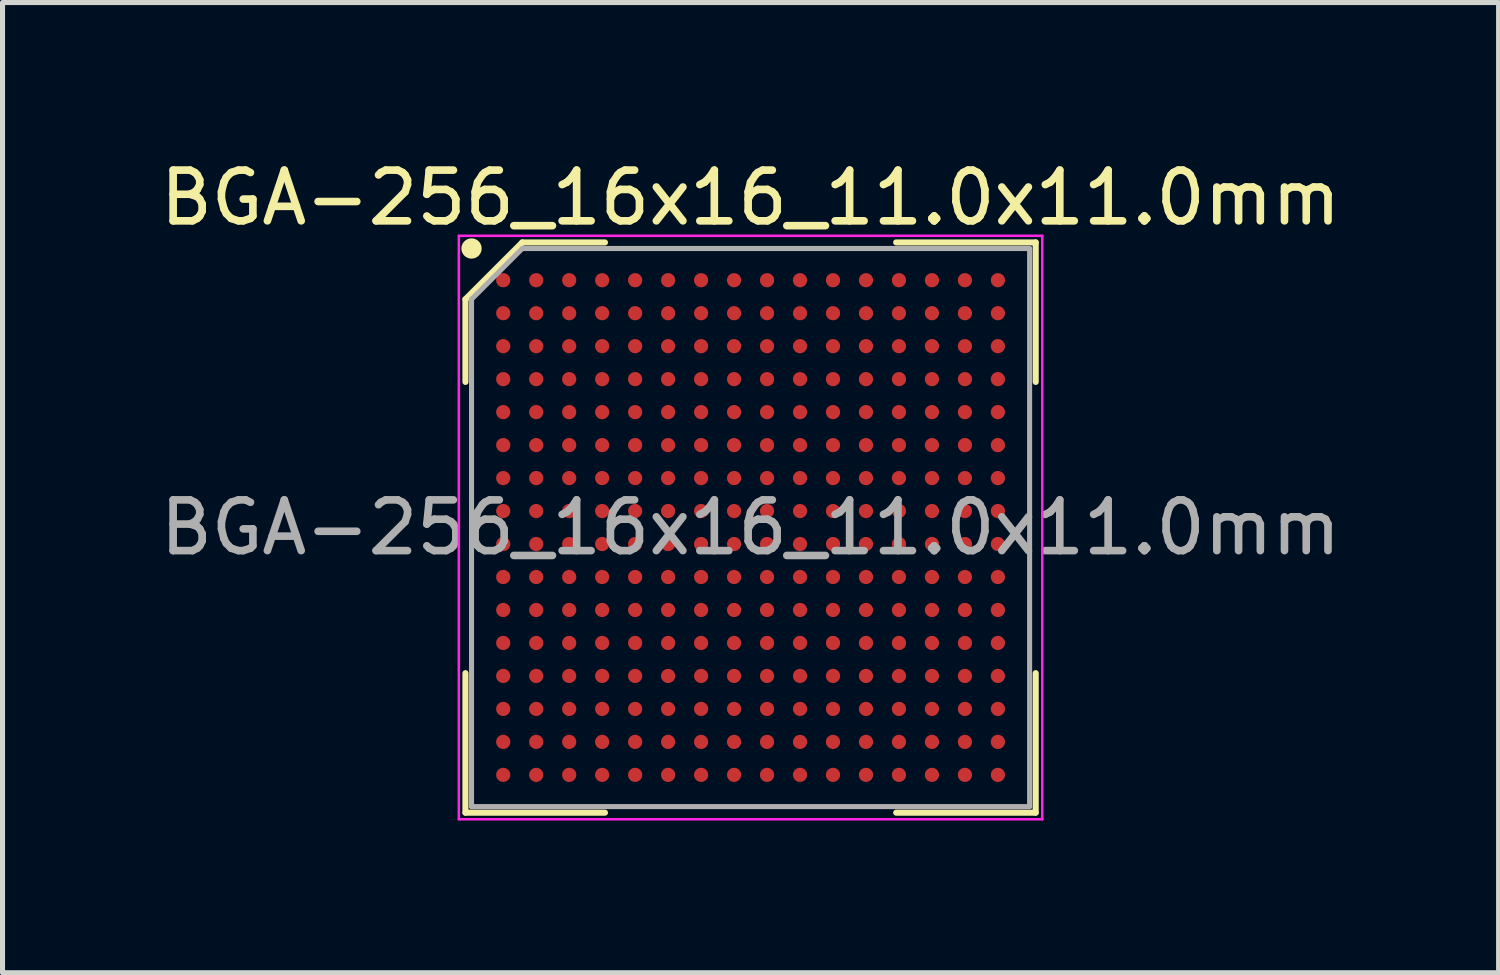
<source format=kicad_pcb>
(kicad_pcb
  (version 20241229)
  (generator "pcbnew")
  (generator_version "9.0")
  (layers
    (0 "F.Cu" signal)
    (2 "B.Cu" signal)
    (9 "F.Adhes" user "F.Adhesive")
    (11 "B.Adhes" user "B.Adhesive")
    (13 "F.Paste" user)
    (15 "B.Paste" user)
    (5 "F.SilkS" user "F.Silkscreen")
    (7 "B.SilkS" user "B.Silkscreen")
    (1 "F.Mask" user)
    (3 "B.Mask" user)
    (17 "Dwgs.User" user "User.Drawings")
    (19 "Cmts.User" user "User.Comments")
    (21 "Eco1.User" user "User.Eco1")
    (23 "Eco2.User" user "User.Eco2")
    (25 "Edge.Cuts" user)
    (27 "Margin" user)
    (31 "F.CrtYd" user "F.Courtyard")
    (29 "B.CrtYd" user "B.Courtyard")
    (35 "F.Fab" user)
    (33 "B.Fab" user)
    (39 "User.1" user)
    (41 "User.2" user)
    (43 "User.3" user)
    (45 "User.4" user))
  (footprint "BGA-256_16x16_11.0x11.0mm"
    (layer "F.Cu")
    (at 11.744 7.348)
    (property "Reference" "BGA-256_16x16_11.0x11.0mm" (at 0 -6.5 0) (layer "F.SilkS") (effects (font (size 1 1) (thickness 0.15))))
    (attr smd)
    (fp_line (start -5.62 -4.5) (end -5.62 -2.87) (stroke (width 0.12) (type default)) (layer "F.SilkS"))
    (fp_line (start -5.62 5.62) (end -5.62 2.87) (stroke (width 0.12) (type default)) (layer "F.SilkS"))
    (fp_line (start -4.5 -5.62) (end -5.62 -4.5) (stroke (width 0.12) (type default)) (layer "F.SilkS"))
    (fp_line (start -2.87 -5.62) (end -4.5 -5.62) (stroke (width 0.12) (type default)) (layer "F.SilkS"))
    (fp_line (start -2.87 5.62) (end -5.62 5.62) (stroke (width 0.12) (type default)) (layer "F.SilkS"))
    (fp_line (start 2.87 -5.62) (end 5.62 -5.62) (stroke (width 0.12) (type default)) (layer "F.SilkS"))
    (fp_line (start 2.87 5.62) (end 5.62 5.62) (stroke (width 0.12) (type default)) (layer "F.SilkS"))
    (fp_line (start 5.62 -5.62) (end 5.62 -2.87) (stroke (width 0.12) (type default)) (layer "F.SilkS"))
    (fp_line (start 5.62 5.62) (end 5.62 2.87) (stroke (width 0.12) (type default)) (layer "F.SilkS"))
    (fp_circle (center -5.5 -5.5) (end -5.5 -5.4) (stroke (width 0.2) (type default)) (fill no) (layer "F.SilkS"))
    (fp_line (start -5.75 -5.75) (end 5.75 -5.75) (stroke (width 0.05) (type default)) (layer "F.CrtYd"))
    (fp_line (start -5.75 5.75) (end -5.75 -5.75) (stroke (width 0.05) (type default)) (layer "F.CrtYd"))
    (fp_line (start 5.75 -5.75) (end 5.75 5.75) (stroke (width 0.05) (type default)) (layer "F.CrtYd"))
    (fp_line (start 5.75 5.75) (end -5.75 5.75) (stroke (width 0.05) (type default)) (layer "F.CrtYd"))
    (fp_line (start -5.5 -4.5) (end -5.5 5.5) (stroke (width 0.1) (type default)) (layer "F.Fab"))
    (fp_line (start -5.5 5.5) (end 5.5 5.5) (stroke (width 0.1) (type default)) (layer "F.Fab"))
    (fp_line (start -4.5 -5.5) (end -5.5 -4.5) (stroke (width 0.1) (type default)) (layer "F.Fab"))
    (fp_line (start 5.5 -5.5) (end -4.5 -5.5) (stroke (width 0.1) (type default)) (layer "F.Fab"))
    (fp_line (start 5.5 5.5) (end 5.5 -5.5) (stroke (width 0.1) (type default)) (layer "F.Fab"))
    (fp_text user "${REFERENCE}" (at 0 0 0) (layer "F.Fab") (effects (font (size 1 1) (thickness 0.15))))
    (pad "A1" smd circle (at -4.875 -4.875) (size 0.28 0.28) (layers "F.Cu" "F.Mask" "F.Paste"))
    (pad "A2" smd circle (at -4.225 -4.875) (size 0.28 0.28) (layers "F.Cu" "F.Mask" "F.Paste"))
    (pad "A3" smd circle (at -3.575 -4.875) (size 0.28 0.28) (layers "F.Cu" "F.Mask" "F.Paste"))
    (pad "A4" smd circle (at -2.925 -4.875) (size 0.28 0.28) (layers "F.Cu" "F.Mask" "F.Paste"))
    (pad "A5" smd circle (at -2.275 -4.875) (size 0.28 0.28) (layers "F.Cu" "F.Mask" "F.Paste"))
    (pad "A6" smd circle (at -1.625 -4.875) (size 0.28 0.28) (layers "F.Cu" "F.Mask" "F.Paste"))
    (pad "A7" smd circle (at -0.975 -4.875) (size 0.28 0.28) (layers "F.Cu" "F.Mask" "F.Paste"))
    (pad "A8" smd circle (at -0.325 -4.875) (size 0.28 0.28) (layers "F.Cu" "F.Mask" "F.Paste"))
    (pad "A9" smd circle (at 0.325 -4.875) (size 0.28 0.28) (layers "F.Cu" "F.Mask" "F.Paste"))
    (pad "A10" smd circle (at 0.975 -4.875) (size 0.28 0.28) (layers "F.Cu" "F.Mask" "F.Paste"))
    (pad "A11" smd circle (at 1.625 -4.875) (size 0.28 0.28) (layers "F.Cu" "F.Mask" "F.Paste"))
    (pad "A12" smd circle (at 2.275 -4.875) (size 0.28 0.28) (layers "F.Cu" "F.Mask" "F.Paste"))
    (pad "A13" smd circle (at 2.925 -4.875) (size 0.28 0.28) (layers "F.Cu" "F.Mask" "F.Paste"))
    (pad "A14" smd circle (at 3.575 -4.875) (size 0.28 0.28) (layers "F.Cu" "F.Mask" "F.Paste"))
    (pad "A15" smd circle (at 4.225 -4.875) (size 0.28 0.28) (layers "F.Cu" "F.Mask" "F.Paste"))
    (pad "A16" smd circle (at 4.875 -4.875) (size 0.28 0.28) (layers "F.Cu" "F.Mask" "F.Paste"))
    (pad "B1" smd circle (at -4.875 -4.225) (size 0.28 0.28) (layers "F.Cu" "F.Mask" "F.Paste"))
    (pad "B2" smd circle (at -4.225 -4.225) (size 0.28 0.28) (layers "F.Cu" "F.Mask" "F.Paste"))
    (pad "B3" smd circle (at -3.575 -4.225) (size 0.28 0.28) (layers "F.Cu" "F.Mask" "F.Paste"))
    (pad "B4" smd circle (at -2.925 -4.225) (size 0.28 0.28) (layers "F.Cu" "F.Mask" "F.Paste"))
    (pad "B5" smd circle (at -2.275 -4.225) (size 0.28 0.28) (layers "F.Cu" "F.Mask" "F.Paste"))
    (pad "B6" smd circle (at -1.625 -4.225) (size 0.28 0.28) (layers "F.Cu" "F.Mask" "F.Paste"))
    (pad "B7" smd circle (at -0.975 -4.225) (size 0.28 0.28) (layers "F.Cu" "F.Mask" "F.Paste"))
    (pad "B8" smd circle (at -0.325 -4.225) (size 0.28 0.28) (layers "F.Cu" "F.Mask" "F.Paste"))
    (pad "B9" smd circle (at 0.325 -4.225) (size 0.28 0.28) (layers "F.Cu" "F.Mask" "F.Paste"))
    (pad "B10" smd circle (at 0.975 -4.225) (size 0.28 0.28) (layers "F.Cu" "F.Mask" "F.Paste"))
    (pad "B11" smd circle (at 1.625 -4.225) (size 0.28 0.28) (layers "F.Cu" "F.Mask" "F.Paste"))
    (pad "B12" smd circle (at 2.275 -4.225) (size 0.28 0.28) (layers "F.Cu" "F.Mask" "F.Paste"))
    (pad "B13" smd circle (at 2.925 -4.225) (size 0.28 0.28) (layers "F.Cu" "F.Mask" "F.Paste"))
    (pad "B14" smd circle (at 3.575 -4.225) (size 0.28 0.28) (layers "F.Cu" "F.Mask" "F.Paste"))
    (pad "B15" smd circle (at 4.225 -4.225) (size 0.28 0.28) (layers "F.Cu" "F.Mask" "F.Paste"))
    (pad "B16" smd circle (at 4.875 -4.225) (size 0.28 0.28) (layers "F.Cu" "F.Mask" "F.Paste"))
    (pad "C1" smd circle (at -4.875 -3.575) (size 0.28 0.28) (layers "F.Cu" "F.Mask" "F.Paste"))
    (pad "C2" smd circle (at -4.225 -3.575) (size 0.28 0.28) (layers "F.Cu" "F.Mask" "F.Paste"))
    (pad "C3" smd circle (at -3.575 -3.575) (size 0.28 0.28) (layers "F.Cu" "F.Mask" "F.Paste"))
    (pad "C4" smd circle (at -2.925 -3.575) (size 0.28 0.28) (layers "F.Cu" "F.Mask" "F.Paste"))
    (pad "C5" smd circle (at -2.275 -3.575) (size 0.28 0.28) (layers "F.Cu" "F.Mask" "F.Paste"))
    (pad "C6" smd circle (at -1.625 -3.575) (size 0.28 0.28) (layers "F.Cu" "F.Mask" "F.Paste"))
    (pad "C7" smd circle (at -0.975 -3.575) (size 0.28 0.28) (layers "F.Cu" "F.Mask" "F.Paste"))
    (pad "C8" smd circle (at -0.325 -3.575) (size 0.28 0.28) (layers "F.Cu" "F.Mask" "F.Paste"))
    (pad "C9" smd circle (at 0.325 -3.575) (size 0.28 0.28) (layers "F.Cu" "F.Mask" "F.Paste"))
    (pad "C10" smd circle (at 0.975 -3.575) (size 0.28 0.28) (layers "F.Cu" "F.Mask" "F.Paste"))
    (pad "C11" smd circle (at 1.625 -3.575) (size 0.28 0.28) (layers "F.Cu" "F.Mask" "F.Paste"))
    (pad "C12" smd circle (at 2.275 -3.575) (size 0.28 0.28) (layers "F.Cu" "F.Mask" "F.Paste"))
    (pad "C13" smd circle (at 2.925 -3.575) (size 0.28 0.28) (layers "F.Cu" "F.Mask" "F.Paste"))
    (pad "C14" smd circle (at 3.575 -3.575) (size 0.28 0.28) (layers "F.Cu" "F.Mask" "F.Paste"))
    (pad "C15" smd circle (at 4.225 -3.575) (size 0.28 0.28) (layers "F.Cu" "F.Mask" "F.Paste"))
    (pad "C16" smd circle (at 4.875 -3.575) (size 0.28 0.28) (layers "F.Cu" "F.Mask" "F.Paste"))
    (pad "D1" smd circle (at -4.875 -2.925) (size 0.28 0.28) (layers "F.Cu" "F.Mask" "F.Paste"))
    (pad "D2" smd circle (at -4.225 -2.925) (size 0.28 0.28) (layers "F.Cu" "F.Mask" "F.Paste"))
    (pad "D3" smd circle (at -3.575 -2.925) (size 0.28 0.28) (layers "F.Cu" "F.Mask" "F.Paste"))
    (pad "D4" smd circle (at -2.925 -2.925) (size 0.28 0.28) (layers "F.Cu" "F.Mask" "F.Paste"))
    (pad "D5" smd circle (at -2.275 -2.925) (size 0.28 0.28) (layers "F.Cu" "F.Mask" "F.Paste"))
    (pad "D6" smd circle (at -1.625 -2.925) (size 0.28 0.28) (layers "F.Cu" "F.Mask" "F.Paste"))
    (pad "D7" smd circle (at -0.975 -2.925) (size 0.28 0.28) (layers "F.Cu" "F.Mask" "F.Paste"))
    (pad "D8" smd circle (at -0.325 -2.925) (size 0.28 0.28) (layers "F.Cu" "F.Mask" "F.Paste"))
    (pad "D9" smd circle (at 0.325 -2.925) (size 0.28 0.28) (layers "F.Cu" "F.Mask" "F.Paste"))
    (pad "D10" smd circle (at 0.975 -2.925) (size 0.28 0.28) (layers "F.Cu" "F.Mask" "F.Paste"))
    (pad "D11" smd circle (at 1.625 -2.925) (size 0.28 0.28) (layers "F.Cu" "F.Mask" "F.Paste"))
    (pad "D12" smd circle (at 2.275 -2.925) (size 0.28 0.28) (layers "F.Cu" "F.Mask" "F.Paste"))
    (pad "D13" smd circle (at 2.925 -2.925) (size 0.28 0.28) (layers "F.Cu" "F.Mask" "F.Paste"))
    (pad "D14" smd circle (at 3.575 -2.925) (size 0.28 0.28) (layers "F.Cu" "F.Mask" "F.Paste"))
    (pad "D15" smd circle (at 4.225 -2.925) (size 0.28 0.28) (layers "F.Cu" "F.Mask" "F.Paste"))
    (pad "D16" smd circle (at 4.875 -2.925) (size 0.28 0.28) (layers "F.Cu" "F.Mask" "F.Paste"))
    (pad "E1" smd circle (at -4.875 -2.275) (size 0.28 0.28) (layers "F.Cu" "F.Mask" "F.Paste"))
    (pad "E2" smd circle (at -4.225 -2.275) (size 0.28 0.28) (layers "F.Cu" "F.Mask" "F.Paste"))
    (pad "E3" smd circle (at -3.575 -2.275) (size 0.28 0.28) (layers "F.Cu" "F.Mask" "F.Paste"))
    (pad "E4" smd circle (at -2.925 -2.275) (size 0.28 0.28) (layers "F.Cu" "F.Mask" "F.Paste"))
    (pad "E5" smd circle (at -2.275 -2.275) (size 0.28 0.28) (layers "F.Cu" "F.Mask" "F.Paste"))
    (pad "E6" smd circle (at -1.625 -2.275) (size 0.28 0.28) (layers "F.Cu" "F.Mask" "F.Paste"))
    (pad "E7" smd circle (at -0.975 -2.275) (size 0.28 0.28) (layers "F.Cu" "F.Mask" "F.Paste"))
    (pad "E8" smd circle (at -0.325 -2.275) (size 0.28 0.28) (layers "F.Cu" "F.Mask" "F.Paste"))
    (pad "E9" smd circle (at 0.325 -2.275) (size 0.28 0.28) (layers "F.Cu" "F.Mask" "F.Paste"))
    (pad "E10" smd circle (at 0.975 -2.275) (size 0.28 0.28) (layers "F.Cu" "F.Mask" "F.Paste"))
    (pad "E11" smd circle (at 1.625 -2.275) (size 0.28 0.28) (layers "F.Cu" "F.Mask" "F.Paste"))
    (pad "E12" smd circle (at 2.275 -2.275) (size 0.28 0.28) (layers "F.Cu" "F.Mask" "F.Paste"))
    (pad "E13" smd circle (at 2.925 -2.275) (size 0.28 0.28) (layers "F.Cu" "F.Mask" "F.Paste"))
    (pad "E14" smd circle (at 3.575 -2.275) (size 0.28 0.28) (layers "F.Cu" "F.Mask" "F.Paste"))
    (pad "E15" smd circle (at 4.225 -2.275) (size 0.28 0.28) (layers "F.Cu" "F.Mask" "F.Paste"))
    (pad "E16" smd circle (at 4.875 -2.275) (size 0.28 0.28) (layers "F.Cu" "F.Mask" "F.Paste"))
    (pad "F1" smd circle (at -4.875 -1.625) (size 0.28 0.28) (layers "F.Cu" "F.Mask" "F.Paste"))
    (pad "F2" smd circle (at -4.225 -1.625) (size 0.28 0.28) (layers "F.Cu" "F.Mask" "F.Paste"))
    (pad "F3" smd circle (at -3.575 -1.625) (size 0.28 0.28) (layers "F.Cu" "F.Mask" "F.Paste"))
    (pad "F4" smd circle (at -2.925 -1.625) (size 0.28 0.28) (layers "F.Cu" "F.Mask" "F.Paste"))
    (pad "F5" smd circle (at -2.275 -1.625) (size 0.28 0.28) (layers "F.Cu" "F.Mask" "F.Paste"))
    (pad "F6" smd circle (at -1.625 -1.625) (size 0.28 0.28) (layers "F.Cu" "F.Mask" "F.Paste"))
    (pad "F7" smd circle (at -0.975 -1.625) (size 0.28 0.28) (layers "F.Cu" "F.Mask" "F.Paste"))
    (pad "F8" smd circle (at -0.325 -1.625) (size 0.28 0.28) (layers "F.Cu" "F.Mask" "F.Paste"))
    (pad "F9" smd circle (at 0.325 -1.625) (size 0.28 0.28) (layers "F.Cu" "F.Mask" "F.Paste"))
    (pad "F10" smd circle (at 0.975 -1.625) (size 0.28 0.28) (layers "F.Cu" "F.Mask" "F.Paste"))
    (pad "F11" smd circle (at 1.625 -1.625) (size 0.28 0.28) (layers "F.Cu" "F.Mask" "F.Paste"))
    (pad "F12" smd circle (at 2.275 -1.625) (size 0.28 0.28) (layers "F.Cu" "F.Mask" "F.Paste"))
    (pad "F13" smd circle (at 2.925 -1.625) (size 0.28 0.28) (layers "F.Cu" "F.Mask" "F.Paste"))
    (pad "F14" smd circle (at 3.575 -1.625) (size 0.28 0.28) (layers "F.Cu" "F.Mask" "F.Paste"))
    (pad "F15" smd circle (at 4.225 -1.625) (size 0.28 0.28) (layers "F.Cu" "F.Mask" "F.Paste"))
    (pad "F16" smd circle (at 4.875 -1.625) (size 0.28 0.28) (layers "F.Cu" "F.Mask" "F.Paste"))
    (pad "G1" smd circle (at -4.875 -0.975) (size 0.28 0.28) (layers "F.Cu" "F.Mask" "F.Paste"))
    (pad "G2" smd circle (at -4.225 -0.975) (size 0.28 0.28) (layers "F.Cu" "F.Mask" "F.Paste"))
    (pad "G3" smd circle (at -3.575 -0.975) (size 0.28 0.28) (layers "F.Cu" "F.Mask" "F.Paste"))
    (pad "G4" smd circle (at -2.925 -0.975) (size 0.28 0.28) (layers "F.Cu" "F.Mask" "F.Paste"))
    (pad "G5" smd circle (at -2.275 -0.975) (size 0.28 0.28) (layers "F.Cu" "F.Mask" "F.Paste"))
    (pad "G6" smd circle (at -1.625 -0.975) (size 0.28 0.28) (layers "F.Cu" "F.Mask" "F.Paste"))
    (pad "G7" smd circle (at -0.975 -0.975) (size 0.28 0.28) (layers "F.Cu" "F.Mask" "F.Paste"))
    (pad "G8" smd circle (at -0.325 -0.975) (size 0.28 0.28) (layers "F.Cu" "F.Mask" "F.Paste"))
    (pad "G9" smd circle (at 0.325 -0.975) (size 0.28 0.28) (layers "F.Cu" "F.Mask" "F.Paste"))
    (pad "G10" smd circle (at 0.975 -0.975) (size 0.28 0.28) (layers "F.Cu" "F.Mask" "F.Paste"))
    (pad "G11" smd circle (at 1.625 -0.975) (size 0.28 0.28) (layers "F.Cu" "F.Mask" "F.Paste"))
    (pad "G12" smd circle (at 2.275 -0.975) (size 0.28 0.28) (layers "F.Cu" "F.Mask" "F.Paste"))
    (pad "G13" smd circle (at 2.925 -0.975) (size 0.28 0.28) (layers "F.Cu" "F.Mask" "F.Paste"))
    (pad "G14" smd circle (at 3.575 -0.975) (size 0.28 0.28) (layers "F.Cu" "F.Mask" "F.Paste"))
    (pad "G15" smd circle (at 4.225 -0.975) (size 0.28 0.28) (layers "F.Cu" "F.Mask" "F.Paste"))
    (pad "G16" smd circle (at 4.875 -0.975) (size 0.28 0.28) (layers "F.Cu" "F.Mask" "F.Paste"))
    (pad "H1" smd circle (at -4.875 -0.325) (size 0.28 0.28) (layers "F.Cu" "F.Mask" "F.Paste"))
    (pad "H2" smd circle (at -4.225 -0.325) (size 0.28 0.28) (layers "F.Cu" "F.Mask" "F.Paste"))
    (pad "H3" smd circle (at -3.575 -0.325) (size 0.28 0.28) (layers "F.Cu" "F.Mask" "F.Paste"))
    (pad "H4" smd circle (at -2.925 -0.325) (size 0.28 0.28) (layers "F.Cu" "F.Mask" "F.Paste"))
    (pad "H5" smd circle (at -2.275 -0.325) (size 0.28 0.28) (layers "F.Cu" "F.Mask" "F.Paste"))
    (pad "H6" smd circle (at -1.625 -0.325) (size 0.28 0.28) (layers "F.Cu" "F.Mask" "F.Paste"))
    (pad "H7" smd circle (at -0.975 -0.325) (size 0.28 0.28) (layers "F.Cu" "F.Mask" "F.Paste"))
    (pad "H8" smd circle (at -0.325 -0.325) (size 0.28 0.28) (layers "F.Cu" "F.Mask" "F.Paste"))
    (pad "H9" smd circle (at 0.325 -0.325) (size 0.28 0.28) (layers "F.Cu" "F.Mask" "F.Paste"))
    (pad "H10" smd circle (at 0.975 -0.325) (size 0.28 0.28) (layers "F.Cu" "F.Mask" "F.Paste"))
    (pad "H11" smd circle (at 1.625 -0.325) (size 0.28 0.28) (layers "F.Cu" "F.Mask" "F.Paste"))
    (pad "H12" smd circle (at 2.275 -0.325) (size 0.28 0.28) (layers "F.Cu" "F.Mask" "F.Paste"))
    (pad "H13" smd circle (at 2.925 -0.325) (size 0.28 0.28) (layers "F.Cu" "F.Mask" "F.Paste"))
    (pad "H14" smd circle (at 3.575 -0.325) (size 0.28 0.28) (layers "F.Cu" "F.Mask" "F.Paste"))
    (pad "H15" smd circle (at 4.225 -0.325) (size 0.28 0.28) (layers "F.Cu" "F.Mask" "F.Paste"))
    (pad "H16" smd circle (at 4.875 -0.325) (size 0.28 0.28) (layers "F.Cu" "F.Mask" "F.Paste"))
    (pad "J1" smd circle (at -4.875 0.325) (size 0.28 0.28) (layers "F.Cu" "F.Mask" "F.Paste"))
    (pad "J2" smd circle (at -4.225 0.325) (size 0.28 0.28) (layers "F.Cu" "F.Mask" "F.Paste"))
    (pad "J3" smd circle (at -3.575 0.325) (size 0.28 0.28) (layers "F.Cu" "F.Mask" "F.Paste"))
    (pad "J4" smd circle (at -2.925 0.325) (size 0.28 0.28) (layers "F.Cu" "F.Mask" "F.Paste"))
    (pad "J5" smd circle (at -2.275 0.325) (size 0.28 0.28) (layers "F.Cu" "F.Mask" "F.Paste"))
    (pad "J6" smd circle (at -1.625 0.325) (size 0.28 0.28) (layers "F.Cu" "F.Mask" "F.Paste"))
    (pad "J7" smd circle (at -0.975 0.325) (size 0.28 0.28) (layers "F.Cu" "F.Mask" "F.Paste"))
    (pad "J8" smd circle (at -0.325 0.325) (size 0.28 0.28) (layers "F.Cu" "F.Mask" "F.Paste"))
    (pad "J9" smd circle (at 0.325 0.325) (size 0.28 0.28) (layers "F.Cu" "F.Mask" "F.Paste"))
    (pad "J10" smd circle (at 0.975 0.325) (size 0.28 0.28) (layers "F.Cu" "F.Mask" "F.Paste"))
    (pad "J11" smd circle (at 1.625 0.325) (size 0.28 0.28) (layers "F.Cu" "F.Mask" "F.Paste"))
    (pad "J12" smd circle (at 2.275 0.325) (size 0.28 0.28) (layers "F.Cu" "F.Mask" "F.Paste"))
    (pad "J13" smd circle (at 2.925 0.325) (size 0.28 0.28) (layers "F.Cu" "F.Mask" "F.Paste"))
    (pad "J14" smd circle (at 3.575 0.325) (size 0.28 0.28) (layers "F.Cu" "F.Mask" "F.Paste"))
    (pad "J15" smd circle (at 4.225 0.325) (size 0.28 0.28) (layers "F.Cu" "F.Mask" "F.Paste"))
    (pad "J16" smd circle (at 4.875 0.325) (size 0.28 0.28) (layers "F.Cu" "F.Mask" "F.Paste"))
    (pad "K1" smd circle (at -4.875 0.975) (size 0.28 0.28) (layers "F.Cu" "F.Mask" "F.Paste"))
    (pad "K2" smd circle (at -4.225 0.975) (size 0.28 0.28) (layers "F.Cu" "F.Mask" "F.Paste"))
    (pad "K3" smd circle (at -3.575 0.975) (size 0.28 0.28) (layers "F.Cu" "F.Mask" "F.Paste"))
    (pad "K4" smd circle (at -2.925 0.975) (size 0.28 0.28) (layers "F.Cu" "F.Mask" "F.Paste"))
    (pad "K5" smd circle (at -2.275 0.975) (size 0.28 0.28) (layers "F.Cu" "F.Mask" "F.Paste"))
    (pad "K6" smd circle (at -1.625 0.975) (size 0.28 0.28) (layers "F.Cu" "F.Mask" "F.Paste"))
    (pad "K7" smd circle (at -0.975 0.975) (size 0.28 0.28) (layers "F.Cu" "F.Mask" "F.Paste"))
    (pad "K8" smd circle (at -0.325 0.975) (size 0.28 0.28) (layers "F.Cu" "F.Mask" "F.Paste"))
    (pad "K9" smd circle (at 0.325 0.975) (size 0.28 0.28) (layers "F.Cu" "F.Mask" "F.Paste"))
    (pad "K10" smd circle (at 0.975 0.975) (size 0.28 0.28) (layers "F.Cu" "F.Mask" "F.Paste"))
    (pad "K11" smd circle (at 1.625 0.975) (size 0.28 0.28) (layers "F.Cu" "F.Mask" "F.Paste"))
    (pad "K12" smd circle (at 2.275 0.975) (size 0.28 0.28) (layers "F.Cu" "F.Mask" "F.Paste"))
    (pad "K13" smd circle (at 2.925 0.975) (size 0.28 0.28) (layers "F.Cu" "F.Mask" "F.Paste"))
    (pad "K14" smd circle (at 3.575 0.975) (size 0.28 0.28) (layers "F.Cu" "F.Mask" "F.Paste"))
    (pad "K15" smd circle (at 4.225 0.975) (size 0.28 0.28) (layers "F.Cu" "F.Mask" "F.Paste"))
    (pad "K16" smd circle (at 4.875 0.975) (size 0.28 0.28) (layers "F.Cu" "F.Mask" "F.Paste"))
    (pad "L1" smd circle (at -4.875 1.625) (size 0.28 0.28) (layers "F.Cu" "F.Mask" "F.Paste"))
    (pad "L2" smd circle (at -4.225 1.625) (size 0.28 0.28) (layers "F.Cu" "F.Mask" "F.Paste"))
    (pad "L3" smd circle (at -3.575 1.625) (size 0.28 0.28) (layers "F.Cu" "F.Mask" "F.Paste"))
    (pad "L4" smd circle (at -2.925 1.625) (size 0.28 0.28) (layers "F.Cu" "F.Mask" "F.Paste"))
    (pad "L5" smd circle (at -2.275 1.625) (size 0.28 0.28) (layers "F.Cu" "F.Mask" "F.Paste"))
    (pad "L6" smd circle (at -1.625 1.625) (size 0.28 0.28) (layers "F.Cu" "F.Mask" "F.Paste"))
    (pad "L7" smd circle (at -0.975 1.625) (size 0.28 0.28) (layers "F.Cu" "F.Mask" "F.Paste"))
    (pad "L8" smd circle (at -0.325 1.625) (size 0.28 0.28) (layers "F.Cu" "F.Mask" "F.Paste"))
    (pad "L9" smd circle (at 0.325 1.625) (size 0.28 0.28) (layers "F.Cu" "F.Mask" "F.Paste"))
    (pad "L10" smd circle (at 0.975 1.625) (size 0.28 0.28) (layers "F.Cu" "F.Mask" "F.Paste"))
    (pad "L11" smd circle (at 1.625 1.625) (size 0.28 0.28) (layers "F.Cu" "F.Mask" "F.Paste"))
    (pad "L12" smd circle (at 2.275 1.625) (size 0.28 0.28) (layers "F.Cu" "F.Mask" "F.Paste"))
    (pad "L13" smd circle (at 2.925 1.625) (size 0.28 0.28) (layers "F.Cu" "F.Mask" "F.Paste"))
    (pad "L14" smd circle (at 3.575 1.625) (size 0.28 0.28) (layers "F.Cu" "F.Mask" "F.Paste"))
    (pad "L15" smd circle (at 4.225 1.625) (size 0.28 0.28) (layers "F.Cu" "F.Mask" "F.Paste"))
    (pad "L16" smd circle (at 4.875 1.625) (size 0.28 0.28) (layers "F.Cu" "F.Mask" "F.Paste"))
    (pad "M1" smd circle (at -4.875 2.275) (size 0.28 0.28) (layers "F.Cu" "F.Mask" "F.Paste"))
    (pad "M2" smd circle (at -4.225 2.275) (size 0.28 0.28) (layers "F.Cu" "F.Mask" "F.Paste"))
    (pad "M3" smd circle (at -3.575 2.275) (size 0.28 0.28) (layers "F.Cu" "F.Mask" "F.Paste"))
    (pad "M4" smd circle (at -2.925 2.275) (size 0.28 0.28) (layers "F.Cu" "F.Mask" "F.Paste"))
    (pad "M5" smd circle (at -2.275 2.275) (size 0.28 0.28) (layers "F.Cu" "F.Mask" "F.Paste"))
    (pad "M6" smd circle (at -1.625 2.275) (size 0.28 0.28) (layers "F.Cu" "F.Mask" "F.Paste"))
    (pad "M7" smd circle (at -0.975 2.275) (size 0.28 0.28) (layers "F.Cu" "F.Mask" "F.Paste"))
    (pad "M8" smd circle (at -0.325 2.275) (size 0.28 0.28) (layers "F.Cu" "F.Mask" "F.Paste"))
    (pad "M9" smd circle (at 0.325 2.275) (size 0.28 0.28) (layers "F.Cu" "F.Mask" "F.Paste"))
    (pad "M10" smd circle (at 0.975 2.275) (size 0.28 0.28) (layers "F.Cu" "F.Mask" "F.Paste"))
    (pad "M11" smd circle (at 1.625 2.275) (size 0.28 0.28) (layers "F.Cu" "F.Mask" "F.Paste"))
    (pad "M12" smd circle (at 2.275 2.275) (size 0.28 0.28) (layers "F.Cu" "F.Mask" "F.Paste"))
    (pad "M13" smd circle (at 2.925 2.275) (size 0.28 0.28) (layers "F.Cu" "F.Mask" "F.Paste"))
    (pad "M14" smd circle (at 3.575 2.275) (size 0.28 0.28) (layers "F.Cu" "F.Mask" "F.Paste"))
    (pad "M15" smd circle (at 4.225 2.275) (size 0.28 0.28) (layers "F.Cu" "F.Mask" "F.Paste"))
    (pad "M16" smd circle (at 4.875 2.275) (size 0.28 0.28) (layers "F.Cu" "F.Mask" "F.Paste"))
    (pad "N1" smd circle (at -4.875 2.925) (size 0.28 0.28) (layers "F.Cu" "F.Mask" "F.Paste"))
    (pad "N2" smd circle (at -4.225 2.925) (size 0.28 0.28) (layers "F.Cu" "F.Mask" "F.Paste"))
    (pad "N3" smd circle (at -3.575 2.925) (size 0.28 0.28) (layers "F.Cu" "F.Mask" "F.Paste"))
    (pad "N4" smd circle (at -2.925 2.925) (size 0.28 0.28) (layers "F.Cu" "F.Mask" "F.Paste"))
    (pad "N5" smd circle (at -2.275 2.925) (size 0.28 0.28) (layers "F.Cu" "F.Mask" "F.Paste"))
    (pad "N6" smd circle (at -1.625 2.925) (size 0.28 0.28) (layers "F.Cu" "F.Mask" "F.Paste"))
    (pad "N7" smd circle (at -0.975 2.925) (size 0.28 0.28) (layers "F.Cu" "F.Mask" "F.Paste"))
    (pad "N8" smd circle (at -0.325 2.925) (size 0.28 0.28) (layers "F.Cu" "F.Mask" "F.Paste"))
    (pad "N9" smd circle (at 0.325 2.925) (size 0.28 0.28) (layers "F.Cu" "F.Mask" "F.Paste"))
    (pad "N10" smd circle (at 0.975 2.925) (size 0.28 0.28) (layers "F.Cu" "F.Mask" "F.Paste"))
    (pad "N11" smd circle (at 1.625 2.925) (size 0.28 0.28) (layers "F.Cu" "F.Mask" "F.Paste"))
    (pad "N12" smd circle (at 2.275 2.925) (size 0.28 0.28) (layers "F.Cu" "F.Mask" "F.Paste"))
    (pad "N13" smd circle (at 2.925 2.925) (size 0.28 0.28) (layers "F.Cu" "F.Mask" "F.Paste"))
    (pad "N14" smd circle (at 3.575 2.925) (size 0.28 0.28) (layers "F.Cu" "F.Mask" "F.Paste"))
    (pad "N15" smd circle (at 4.225 2.925) (size 0.28 0.28) (layers "F.Cu" "F.Mask" "F.Paste"))
    (pad "N16" smd circle (at 4.875 2.925) (size 0.28 0.28) (layers "F.Cu" "F.Mask" "F.Paste"))
    (pad "P1" smd circle (at -4.875 3.575) (size 0.28 0.28) (layers "F.Cu" "F.Mask" "F.Paste"))
    (pad "P2" smd circle (at -4.225 3.575) (size 0.28 0.28) (layers "F.Cu" "F.Mask" "F.Paste"))
    (pad "P3" smd circle (at -3.575 3.575) (size 0.28 0.28) (layers "F.Cu" "F.Mask" "F.Paste"))
    (pad "P4" smd circle (at -2.925 3.575) (size 0.28 0.28) (layers "F.Cu" "F.Mask" "F.Paste"))
    (pad "P5" smd circle (at -2.275 3.575) (size 0.28 0.28) (layers "F.Cu" "F.Mask" "F.Paste"))
    (pad "P6" smd circle (at -1.625 3.575) (size 0.28 0.28) (layers "F.Cu" "F.Mask" "F.Paste"))
    (pad "P7" smd circle (at -0.975 3.575) (size 0.28 0.28) (layers "F.Cu" "F.Mask" "F.Paste"))
    (pad "P8" smd circle (at -0.325 3.575) (size 0.28 0.28) (layers "F.Cu" "F.Mask" "F.Paste"))
    (pad "P9" smd circle (at 0.325 3.575) (size 0.28 0.28) (layers "F.Cu" "F.Mask" "F.Paste"))
    (pad "P10" smd circle (at 0.975 3.575) (size 0.28 0.28) (layers "F.Cu" "F.Mask" "F.Paste"))
    (pad "P11" smd circle (at 1.625 3.575) (size 0.28 0.28) (layers "F.Cu" "F.Mask" "F.Paste"))
    (pad "P12" smd circle (at 2.275 3.575) (size 0.28 0.28) (layers "F.Cu" "F.Mask" "F.Paste"))
    (pad "P13" smd circle (at 2.925 3.575) (size 0.28 0.28) (layers "F.Cu" "F.Mask" "F.Paste"))
    (pad "P14" smd circle (at 3.575 3.575) (size 0.28 0.28) (layers "F.Cu" "F.Mask" "F.Paste"))
    (pad "P15" smd circle (at 4.225 3.575) (size 0.28 0.28) (layers "F.Cu" "F.Mask" "F.Paste"))
    (pad "P16" smd circle (at 4.875 3.575) (size 0.28 0.28) (layers "F.Cu" "F.Mask" "F.Paste"))
    (pad "R1" smd circle (at -4.875 4.225) (size 0.28 0.28) (layers "F.Cu" "F.Mask" "F.Paste"))
    (pad "R2" smd circle (at -4.225 4.225) (size 0.28 0.28) (layers "F.Cu" "F.Mask" "F.Paste"))
    (pad "R3" smd circle (at -3.575 4.225) (size 0.28 0.28) (layers "F.Cu" "F.Mask" "F.Paste"))
    (pad "R4" smd circle (at -2.925 4.225) (size 0.28 0.28) (layers "F.Cu" "F.Mask" "F.Paste"))
    (pad "R5" smd circle (at -2.275 4.225) (size 0.28 0.28) (layers "F.Cu" "F.Mask" "F.Paste"))
    (pad "R6" smd circle (at -1.625 4.225) (size 0.28 0.28) (layers "F.Cu" "F.Mask" "F.Paste"))
    (pad "R7" smd circle (at -0.975 4.225) (size 0.28 0.28) (layers "F.Cu" "F.Mask" "F.Paste"))
    (pad "R8" smd circle (at -0.325 4.225) (size 0.28 0.28) (layers "F.Cu" "F.Mask" "F.Paste"))
    (pad "R9" smd circle (at 0.325 4.225) (size 0.28 0.28) (layers "F.Cu" "F.Mask" "F.Paste"))
    (pad "R10" smd circle (at 0.975 4.225) (size 0.28 0.28) (layers "F.Cu" "F.Mask" "F.Paste"))
    (pad "R11" smd circle (at 1.625 4.225) (size 0.28 0.28) (layers "F.Cu" "F.Mask" "F.Paste"))
    (pad "R12" smd circle (at 2.275 4.225) (size 0.28 0.28) (layers "F.Cu" "F.Mask" "F.Paste"))
    (pad "R13" smd circle (at 2.925 4.225) (size 0.28 0.28) (layers "F.Cu" "F.Mask" "F.Paste"))
    (pad "R14" smd circle (at 3.575 4.225) (size 0.28 0.28) (layers "F.Cu" "F.Mask" "F.Paste"))
    (pad "R15" smd circle (at 4.225 4.225) (size 0.28 0.28) (layers "F.Cu" "F.Mask" "F.Paste"))
    (pad "R16" smd circle (at 4.875 4.225) (size 0.28 0.28) (layers "F.Cu" "F.Mask" "F.Paste"))
    (pad "T1" smd circle (at -4.875 4.875) (size 0.28 0.28) (layers "F.Cu" "F.Mask" "F.Paste"))
    (pad "T2" smd circle (at -4.225 4.875) (size 0.28 0.28) (layers "F.Cu" "F.Mask" "F.Paste"))
    (pad "T3" smd circle (at -3.575 4.875) (size 0.28 0.28) (layers "F.Cu" "F.Mask" "F.Paste"))
    (pad "T4" smd circle (at -2.925 4.875) (size 0.28 0.28) (layers "F.Cu" "F.Mask" "F.Paste"))
    (pad "T5" smd circle (at -2.275 4.875) (size 0.28 0.28) (layers "F.Cu" "F.Mask" "F.Paste"))
    (pad "T6" smd circle (at -1.625 4.875) (size 0.28 0.28) (layers "F.Cu" "F.Mask" "F.Paste"))
    (pad "T7" smd circle (at -0.975 4.875) (size 0.28 0.28) (layers "F.Cu" "F.Mask" "F.Paste"))
    (pad "T8" smd circle (at -0.325 4.875) (size 0.28 0.28) (layers "F.Cu" "F.Mask" "F.Paste"))
    (pad "T9" smd circle (at 0.325 4.875) (size 0.28 0.28) (layers "F.Cu" "F.Mask" "F.Paste"))
    (pad "T10" smd circle (at 0.975 4.875) (size 0.28 0.28) (layers "F.Cu" "F.Mask" "F.Paste"))
    (pad "T11" smd circle (at 1.625 4.875) (size 0.28 0.28) (layers "F.Cu" "F.Mask" "F.Paste"))
    (pad "T12" smd circle (at 2.275 4.875) (size 0.28 0.28) (layers "F.Cu" "F.Mask" "F.Paste"))
    (pad "T13" smd circle (at 2.925 4.875) (size 0.28 0.28) (layers "F.Cu" "F.Mask" "F.Paste"))
    (pad "T14" smd circle (at 3.575 4.875) (size 0.28 0.28) (layers "F.Cu" "F.Mask" "F.Paste"))
    (pad "T15" smd circle (at 4.225 4.875) (size 0.28 0.28) (layers "F.Cu" "F.Mask" "F.Paste"))
    (pad "T16" smd circle (at 4.875 4.875) (size 0.28 0.28) (layers "F.Cu" "F.Mask" "F.Paste")))
  (gr_rect
    (start -3 -3)
    (end 26.488 16.123)
    (stroke (width 0.1) (type default))
    (fill no)
    (layer "Edge.Cuts")))
</source>
